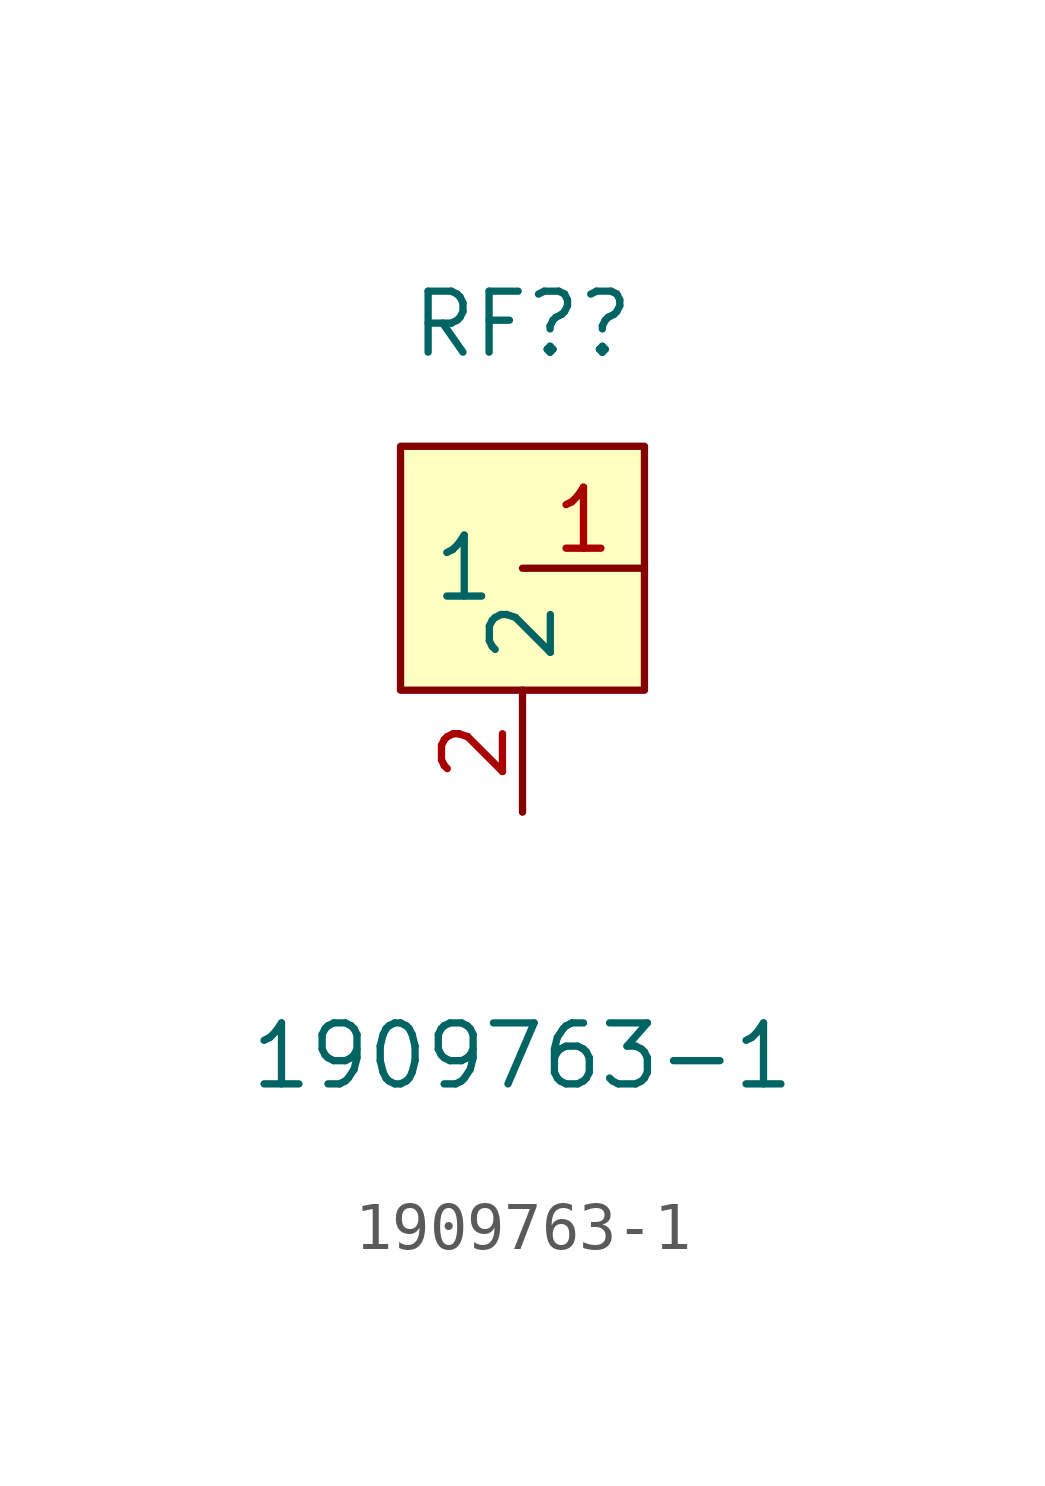
<source format=kicad_sym>
(kicad_symbol_lib
  (version 20211014)
  (generator https://github.com/uPesy/easyeda2kicad.py)
  (symbol "1909763-1"
    (property "Reference" "RF?"
      (at 0 5.08 0)
      (effects (font (size 1.27 1.27))))
    (property "Value" "1909763-1"
      (at 0 -10.16 0)
      (effects (font (size 1.27 1.27))))
    (symbol "1909763-1_0_1"
      (rectangle (start -2.54 2.54) (end 2.54 -2.54) (stroke (width 0) (type default) (color 0 0 0 0)) (fill (type background)))
      (pin unspecified line (at 0.00 -5.08 90) (length 2.54) (name "2" (effects (font (size 1.27 1.27)))) (number "2" (effects (font (size 1.27 1.27)))))
      (pin unspecified line (at 2.54 -0.00 180) (length 2.54) (name "1" (effects (font (size 1.27 1.27)))) (number "1" (effects (font (size 1.27 1.27))))))))
</source>
